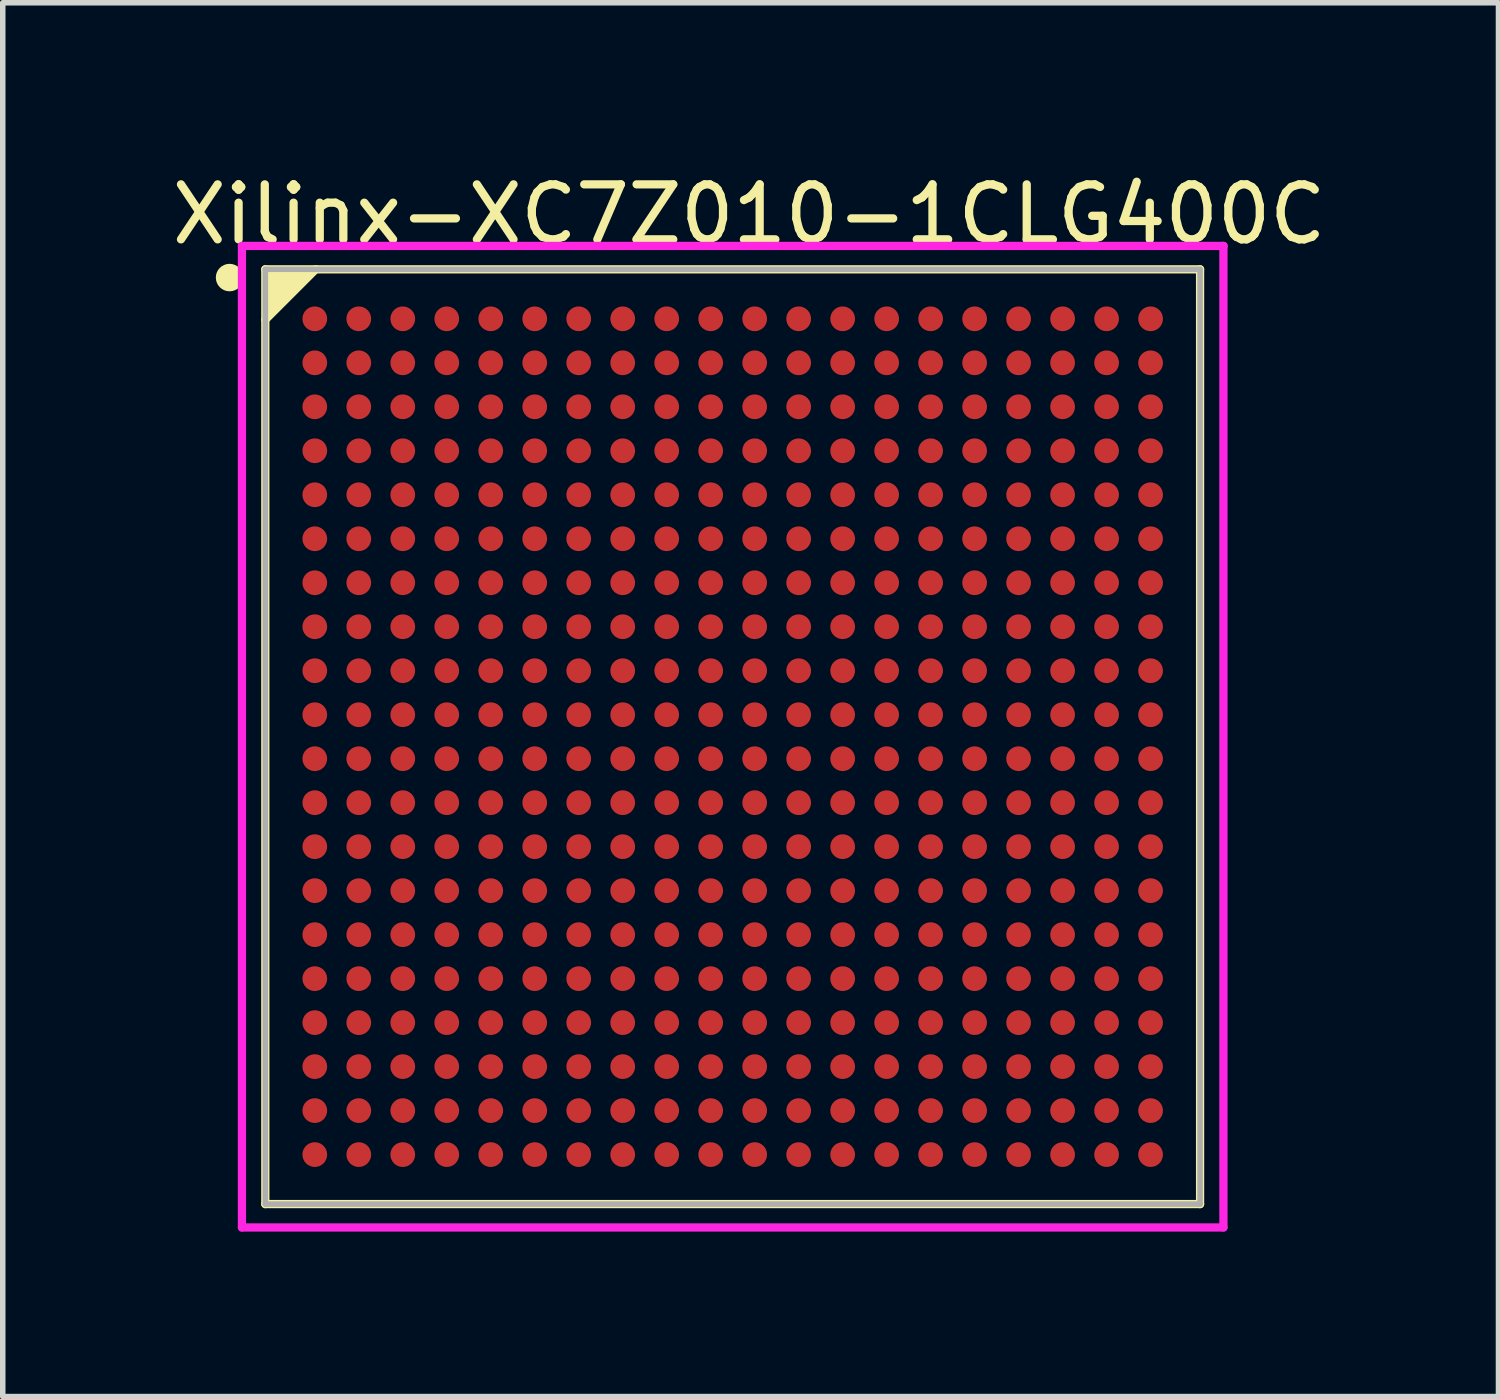
<source format=kicad_pcb>
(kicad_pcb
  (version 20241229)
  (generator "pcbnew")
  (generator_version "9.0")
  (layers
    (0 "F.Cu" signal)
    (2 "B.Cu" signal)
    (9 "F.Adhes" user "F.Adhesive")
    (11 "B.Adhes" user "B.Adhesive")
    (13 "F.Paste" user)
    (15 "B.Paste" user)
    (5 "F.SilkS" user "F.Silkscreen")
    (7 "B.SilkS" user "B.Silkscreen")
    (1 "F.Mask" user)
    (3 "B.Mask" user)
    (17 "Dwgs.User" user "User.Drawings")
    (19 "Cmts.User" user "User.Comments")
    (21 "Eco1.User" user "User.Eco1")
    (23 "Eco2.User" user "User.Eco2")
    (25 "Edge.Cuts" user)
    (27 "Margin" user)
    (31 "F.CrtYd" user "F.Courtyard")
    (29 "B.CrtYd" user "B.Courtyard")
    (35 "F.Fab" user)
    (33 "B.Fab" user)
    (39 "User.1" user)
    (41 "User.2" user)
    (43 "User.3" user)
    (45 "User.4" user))
  (footprint "Xilinx-XC7Z010-1CLG400C"
    (layer "F.Cu")
    (at 10.275 10.348)
    (property "Reference" "Xilinx-XC7Z010-1CLG400C" (at -10.275 -9.5 0) (layer "F.SilkS") (effects (font (size 1 1) (thickness 0.15)) (justify left)))
    (attr through_hole)
    (fp_line (start -8.5 -8.5) (end 8.5 -8.5) (stroke (width 0.15) (type solid)) (layer "F.SilkS"))
    (fp_line (start -8.5 -7.584) (end -7.584 -8.5) (stroke (width 0.15) (type solid)) (layer "F.SilkS"))
    (fp_line (start -8.5 8.5) (end -8.5 -8.5) (stroke (width 0.15) (type solid)) (layer "F.SilkS"))
    (fp_line (start -8.5 8.5) (end 8.5 8.5) (stroke (width 0.15) (type solid)) (layer "F.SilkS"))
    (fp_line (start 8.5 8.5) (end 8.5 -8.5) (stroke (width 0.15) (type solid)) (layer "F.SilkS"))
    (fp_circle (center -9.15 -8.35) (end -9.025 -8.35) (stroke (width 0.25) (type solid)) (fill no) (layer "F.SilkS"))
    (fp_poly (pts (xy -7.584 -8.5) (xy -8.5 -7.584) (xy -8.5 -8.5)) (stroke (width 0) (type solid)) (fill yes) (layer "F.SilkS"))
    (fp_line (start -8.925 -8.925) (end -8.925 8.925) (stroke (width 0.15) (type solid)) (layer "F.CrtYd"))
    (fp_line (start -8.925 8.925) (end 8.925 8.925) (stroke (width 0.15) (type solid)) (layer "F.CrtYd"))
    (fp_line (start 8.925 -8.925) (end -8.925 -8.925) (stroke (width 0.15) (type solid)) (layer "F.CrtYd"))
    (fp_line (start 8.925 -8.925) (end 8.925 -8.925) (stroke (width 0.15) (type solid)) (layer "F.CrtYd"))
    (fp_line (start 8.925 8.925) (end 8.925 -8.925) (stroke (width 0.15) (type solid)) (layer "F.CrtYd"))
    (fp_line (start -8.5 -8.5) (end 8.5 -8.5) (stroke (width 0.1) (type solid)) (layer "F.Fab"))
    (fp_line (start -8.5 8.5) (end -8.5 -8.5) (stroke (width 0.1) (type solid)) (layer "F.Fab"))
    (fp_line (start -8.5 8.5) (end 8.5 8.5) (stroke (width 0.1) (type solid)) (layer "F.Fab"))
    (fp_line (start 8.5 8.5) (end 8.5 -8.5) (stroke (width 0.1) (type solid)) (layer "F.Fab"))
    (pad "A1" smd circle (at -7.6 -7.6) (size 0.45 0.45) (layers "F.Cu" "F.Mask" "F.Paste"))
    (pad "A2" smd circle (at -6.8 -7.6) (size 0.45 0.45) (layers "F.Cu" "F.Mask" "F.Paste"))
    (pad "A3" smd circle (at -6 -7.6) (size 0.45 0.45) (layers "F.Cu" "F.Mask" "F.Paste"))
    (pad "A4" smd circle (at -5.2 -7.6) (size 0.45 0.45) (layers "F.Cu" "F.Mask" "F.Paste"))
    (pad "A5" smd circle (at -4.4 -7.6) (size 0.45 0.45) (layers "F.Cu" "F.Mask" "F.Paste"))
    (pad "A6" smd circle (at -3.6 -7.6) (size 0.45 0.45) (layers "F.Cu" "F.Mask" "F.Paste"))
    (pad "A7" smd circle (at -2.8 -7.6) (size 0.45 0.45) (layers "F.Cu" "F.Mask" "F.Paste"))
    (pad "A8" smd circle (at -2 -7.6) (size 0.45 0.45) (layers "F.Cu" "F.Mask" "F.Paste"))
    (pad "A9" smd circle (at -1.2 -7.6) (size 0.45 0.45) (layers "F.Cu" "F.Mask" "F.Paste"))
    (pad "A10" smd circle (at -0.4 -7.6) (size 0.45 0.45) (layers "F.Cu" "F.Mask" "F.Paste"))
    (pad "A11" smd circle (at 0.4 -7.6) (size 0.45 0.45) (layers "F.Cu" "F.Mask" "F.Paste"))
    (pad "A12" smd circle (at 1.2 -7.6) (size 0.45 0.45) (layers "F.Cu" "F.Mask" "F.Paste"))
    (pad "A13" smd circle (at 2 -7.6) (size 0.45 0.45) (layers "F.Cu" "F.Mask" "F.Paste"))
    (pad "A14" smd circle (at 2.8 -7.6) (size 0.45 0.45) (layers "F.Cu" "F.Mask" "F.Paste"))
    (pad "A15" smd circle (at 3.6 -7.6) (size 0.45 0.45) (layers "F.Cu" "F.Mask" "F.Paste"))
    (pad "A16" smd circle (at 4.4 -7.6) (size 0.45 0.45) (layers "F.Cu" "F.Mask" "F.Paste"))
    (pad "A17" smd circle (at 5.2 -7.6) (size 0.45 0.45) (layers "F.Cu" "F.Mask" "F.Paste"))
    (pad "A18" smd circle (at 6 -7.6) (size 0.45 0.45) (layers "F.Cu" "F.Mask" "F.Paste"))
    (pad "A19" smd circle (at 6.8 -7.6) (size 0.45 0.45) (layers "F.Cu" "F.Mask" "F.Paste"))
    (pad "A20" smd circle (at 7.6 -7.6) (size 0.45 0.45) (layers "F.Cu" "F.Mask" "F.Paste"))
    (pad "B1" smd circle (at -7.6 -6.8) (size 0.45 0.45) (layers "F.Cu" "F.Mask" "F.Paste"))
    (pad "B2" smd circle (at -6.8 -6.8) (size 0.45 0.45) (layers "F.Cu" "F.Mask" "F.Paste"))
    (pad "B3" smd circle (at -6 -6.8) (size 0.45 0.45) (layers "F.Cu" "F.Mask" "F.Paste"))
    (pad "B4" smd circle (at -5.2 -6.8) (size 0.45 0.45) (layers "F.Cu" "F.Mask" "F.Paste"))
    (pad "B5" smd circle (at -4.4 -6.8) (size 0.45 0.45) (layers "F.Cu" "F.Mask" "F.Paste"))
    (pad "B6" smd circle (at -3.6 -6.8) (size 0.45 0.45) (layers "F.Cu" "F.Mask" "F.Paste"))
    (pad "B7" smd circle (at -2.8 -6.8) (size 0.45 0.45) (layers "F.Cu" "F.Mask" "F.Paste"))
    (pad "B8" smd circle (at -2 -6.8) (size 0.45 0.45) (layers "F.Cu" "F.Mask" "F.Paste"))
    (pad "B9" smd circle (at -1.2 -6.8) (size 0.45 0.45) (layers "F.Cu" "F.Mask" "F.Paste"))
    (pad "B10" smd circle (at -0.4 -6.8) (size 0.45 0.45) (layers "F.Cu" "F.Mask" "F.Paste"))
    (pad "B11" smd circle (at 0.4 -6.8) (size 0.45 0.45) (layers "F.Cu" "F.Mask" "F.Paste"))
    (pad "B12" smd circle (at 1.2 -6.8) (size 0.45 0.45) (layers "F.Cu" "F.Mask" "F.Paste"))
    (pad "B13" smd circle (at 2 -6.8) (size 0.45 0.45) (layers "F.Cu" "F.Mask" "F.Paste"))
    (pad "B14" smd circle (at 2.8 -6.8) (size 0.45 0.45) (layers "F.Cu" "F.Mask" "F.Paste"))
    (pad "B15" smd circle (at 3.6 -6.8) (size 0.45 0.45) (layers "F.Cu" "F.Mask" "F.Paste"))
    (pad "B16" smd circle (at 4.4 -6.8) (size 0.45 0.45) (layers "F.Cu" "F.Mask" "F.Paste"))
    (pad "B17" smd circle (at 5.2 -6.8) (size 0.45 0.45) (layers "F.Cu" "F.Mask" "F.Paste"))
    (pad "B18" smd circle (at 6 -6.8) (size 0.45 0.45) (layers "F.Cu" "F.Mask" "F.Paste"))
    (pad "B19" smd circle (at 6.8 -6.8) (size 0.45 0.45) (layers "F.Cu" "F.Mask" "F.Paste"))
    (pad "B20" smd circle (at 7.6 -6.8) (size 0.45 0.45) (layers "F.Cu" "F.Mask" "F.Paste"))
    (pad "C1" smd circle (at -7.6 -6) (size 0.45 0.45) (layers "F.Cu" "F.Mask" "F.Paste"))
    (pad "C2" smd circle (at -6.8 -6) (size 0.45 0.45) (layers "F.Cu" "F.Mask" "F.Paste"))
    (pad "C3" smd circle (at -6 -6) (size 0.45 0.45) (layers "F.Cu" "F.Mask" "F.Paste"))
    (pad "C4" smd circle (at -5.2 -6) (size 0.45 0.45) (layers "F.Cu" "F.Mask" "F.Paste"))
    (pad "C5" smd circle (at -4.4 -6) (size 0.45 0.45) (layers "F.Cu" "F.Mask" "F.Paste"))
    (pad "C6" smd circle (at -3.6 -6) (size 0.45 0.45) (layers "F.Cu" "F.Mask" "F.Paste"))
    (pad "C7" smd circle (at -2.8 -6) (size 0.45 0.45) (layers "F.Cu" "F.Mask" "F.Paste"))
    (pad "C8" smd circle (at -2 -6) (size 0.45 0.45) (layers "F.Cu" "F.Mask" "F.Paste"))
    (pad "C9" smd circle (at -1.2 -6) (size 0.45 0.45) (layers "F.Cu" "F.Mask" "F.Paste"))
    (pad "C10" smd circle (at -0.4 -6) (size 0.45 0.45) (layers "F.Cu" "F.Mask" "F.Paste"))
    (pad "C11" smd circle (at 0.4 -6) (size 0.45 0.45) (layers "F.Cu" "F.Mask" "F.Paste"))
    (pad "C12" smd circle (at 1.2 -6) (size 0.45 0.45) (layers "F.Cu" "F.Mask" "F.Paste"))
    (pad "C13" smd circle (at 2 -6) (size 0.45 0.45) (layers "F.Cu" "F.Mask" "F.Paste"))
    (pad "C14" smd circle (at 2.8 -6) (size 0.45 0.45) (layers "F.Cu" "F.Mask" "F.Paste"))
    (pad "C15" smd circle (at 3.6 -6) (size 0.45 0.45) (layers "F.Cu" "F.Mask" "F.Paste"))
    (pad "C16" smd circle (at 4.4 -6) (size 0.45 0.45) (layers "F.Cu" "F.Mask" "F.Paste"))
    (pad "C17" smd circle (at 5.2 -6) (size 0.45 0.45) (layers "F.Cu" "F.Mask" "F.Paste"))
    (pad "C18" smd circle (at 6 -6) (size 0.45 0.45) (layers "F.Cu" "F.Mask" "F.Paste"))
    (pad "C19" smd circle (at 6.8 -6) (size 0.45 0.45) (layers "F.Cu" "F.Mask" "F.Paste"))
    (pad "C20" smd circle (at 7.6 -6) (size 0.45 0.45) (layers "F.Cu" "F.Mask" "F.Paste"))
    (pad "D1" smd circle (at -7.6 -5.2) (size 0.45 0.45) (layers "F.Cu" "F.Mask" "F.Paste"))
    (pad "D2" smd circle (at -6.8 -5.2) (size 0.45 0.45) (layers "F.Cu" "F.Mask" "F.Paste"))
    (pad "D3" smd circle (at -6 -5.2) (size 0.45 0.45) (layers "F.Cu" "F.Mask" "F.Paste"))
    (pad "D4" smd circle (at -5.2 -5.2) (size 0.45 0.45) (layers "F.Cu" "F.Mask" "F.Paste"))
    (pad "D5" smd circle (at -4.4 -5.2) (size 0.45 0.45) (layers "F.Cu" "F.Mask" "F.Paste"))
    (pad "D6" smd circle (at -3.6 -5.2) (size 0.45 0.45) (layers "F.Cu" "F.Mask" "F.Paste"))
    (pad "D7" smd circle (at -2.8 -5.2) (size 0.45 0.45) (layers "F.Cu" "F.Mask" "F.Paste"))
    (pad "D8" smd circle (at -2 -5.2) (size 0.45 0.45) (layers "F.Cu" "F.Mask" "F.Paste"))
    (pad "D9" smd circle (at -1.2 -5.2) (size 0.45 0.45) (layers "F.Cu" "F.Mask" "F.Paste"))
    (pad "D10" smd circle (at -0.4 -5.2) (size 0.45 0.45) (layers "F.Cu" "F.Mask" "F.Paste"))
    (pad "D11" smd circle (at 0.4 -5.2) (size 0.45 0.45) (layers "F.Cu" "F.Mask" "F.Paste"))
    (pad "D12" smd circle (at 1.2 -5.2) (size 0.45 0.45) (layers "F.Cu" "F.Mask" "F.Paste"))
    (pad "D13" smd circle (at 2 -5.2) (size 0.45 0.45) (layers "F.Cu" "F.Mask" "F.Paste"))
    (pad "D14" smd circle (at 2.8 -5.2) (size 0.45 0.45) (layers "F.Cu" "F.Mask" "F.Paste"))
    (pad "D15" smd circle (at 3.6 -5.2) (size 0.45 0.45) (layers "F.Cu" "F.Mask" "F.Paste"))
    (pad "D16" smd circle (at 4.4 -5.2) (size 0.45 0.45) (layers "F.Cu" "F.Mask" "F.Paste"))
    (pad "D17" smd circle (at 5.2 -5.2) (size 0.45 0.45) (layers "F.Cu" "F.Mask" "F.Paste"))
    (pad "D18" smd circle (at 6 -5.2) (size 0.45 0.45) (layers "F.Cu" "F.Mask" "F.Paste"))
    (pad "D19" smd circle (at 6.8 -5.2) (size 0.45 0.45) (layers "F.Cu" "F.Mask" "F.Paste"))
    (pad "D20" smd circle (at 7.6 -5.2) (size 0.45 0.45) (layers "F.Cu" "F.Mask" "F.Paste"))
    (pad "E1" smd circle (at -7.6 -4.4) (size 0.45 0.45) (layers "F.Cu" "F.Mask" "F.Paste"))
    (pad "E2" smd circle (at -6.8 -4.4) (size 0.45 0.45) (layers "F.Cu" "F.Mask" "F.Paste"))
    (pad "E3" smd circle (at -6 -4.4) (size 0.45 0.45) (layers "F.Cu" "F.Mask" "F.Paste"))
    (pad "E4" smd circle (at -5.2 -4.4) (size 0.45 0.45) (layers "F.Cu" "F.Mask" "F.Paste"))
    (pad "E5" smd circle (at -4.4 -4.4) (size 0.45 0.45) (layers "F.Cu" "F.Mask" "F.Paste"))
    (pad "E6" smd circle (at -3.6 -4.4) (size 0.45 0.45) (layers "F.Cu" "F.Mask" "F.Paste"))
    (pad "E7" smd circle (at -2.8 -4.4) (size 0.45 0.45) (layers "F.Cu" "F.Mask" "F.Paste"))
    (pad "E8" smd circle (at -2 -4.4) (size 0.45 0.45) (layers "F.Cu" "F.Mask" "F.Paste"))
    (pad "E9" smd circle (at -1.2 -4.4) (size 0.45 0.45) (layers "F.Cu" "F.Mask" "F.Paste"))
    (pad "E10" smd circle (at -0.4 -4.4) (size 0.45 0.45) (layers "F.Cu" "F.Mask" "F.Paste"))
    (pad "E11" smd circle (at 0.4 -4.4) (size 0.45 0.45) (layers "F.Cu" "F.Mask" "F.Paste"))
    (pad "E12" smd circle (at 1.2 -4.4) (size 0.45 0.45) (layers "F.Cu" "F.Mask" "F.Paste"))
    (pad "E13" smd circle (at 2 -4.4) (size 0.45 0.45) (layers "F.Cu" "F.Mask" "F.Paste"))
    (pad "E14" smd circle (at 2.8 -4.4) (size 0.45 0.45) (layers "F.Cu" "F.Mask" "F.Paste"))
    (pad "E15" smd circle (at 3.6 -4.4) (size 0.45 0.45) (layers "F.Cu" "F.Mask" "F.Paste"))
    (pad "E16" smd circle (at 4.4 -4.4) (size 0.45 0.45) (layers "F.Cu" "F.Mask" "F.Paste"))
    (pad "E17" smd circle (at 5.2 -4.4) (size 0.45 0.45) (layers "F.Cu" "F.Mask" "F.Paste"))
    (pad "E18" smd circle (at 6 -4.4) (size 0.45 0.45) (layers "F.Cu" "F.Mask" "F.Paste"))
    (pad "E19" smd circle (at 6.8 -4.4) (size 0.45 0.45) (layers "F.Cu" "F.Mask" "F.Paste"))
    (pad "E20" smd circle (at 7.6 -4.4) (size 0.45 0.45) (layers "F.Cu" "F.Mask" "F.Paste"))
    (pad "F1" smd circle (at -7.6 -3.6) (size 0.45 0.45) (layers "F.Cu" "F.Mask" "F.Paste"))
    (pad "F2" smd circle (at -6.8 -3.6) (size 0.45 0.45) (layers "F.Cu" "F.Mask" "F.Paste"))
    (pad "F3" smd circle (at -6 -3.6) (size 0.45 0.45) (layers "F.Cu" "F.Mask" "F.Paste"))
    (pad "F4" smd circle (at -5.2 -3.6) (size 0.45 0.45) (layers "F.Cu" "F.Mask" "F.Paste"))
    (pad "F5" smd circle (at -4.4 -3.6) (size 0.45 0.45) (layers "F.Cu" "F.Mask" "F.Paste"))
    (pad "F6" smd circle (at -3.6 -3.6) (size 0.45 0.45) (layers "F.Cu" "F.Mask" "F.Paste"))
    (pad "F7" smd circle (at -2.8 -3.6) (size 0.45 0.45) (layers "F.Cu" "F.Mask" "F.Paste"))
    (pad "F8" smd circle (at -2 -3.6) (size 0.45 0.45) (layers "F.Cu" "F.Mask" "F.Paste"))
    (pad "F9" smd circle (at -1.2 -3.6) (size 0.45 0.45) (layers "F.Cu" "F.Mask" "F.Paste"))
    (pad "F10" smd circle (at -0.4 -3.6) (size 0.45 0.45) (layers "F.Cu" "F.Mask" "F.Paste"))
    (pad "F11" smd circle (at 0.4 -3.6) (size 0.45 0.45) (layers "F.Cu" "F.Mask" "F.Paste"))
    (pad "F12" smd circle (at 1.2 -3.6) (size 0.45 0.45) (layers "F.Cu" "F.Mask" "F.Paste"))
    (pad "F13" smd circle (at 2 -3.6) (size 0.45 0.45) (layers "F.Cu" "F.Mask" "F.Paste"))
    (pad "F14" smd circle (at 2.8 -3.6) (size 0.45 0.45) (layers "F.Cu" "F.Mask" "F.Paste"))
    (pad "F15" smd circle (at 3.6 -3.6) (size 0.45 0.45) (layers "F.Cu" "F.Mask" "F.Paste"))
    (pad "F16" smd circle (at 4.4 -3.6) (size 0.45 0.45) (layers "F.Cu" "F.Mask" "F.Paste"))
    (pad "F17" smd circle (at 5.2 -3.6) (size 0.45 0.45) (layers "F.Cu" "F.Mask" "F.Paste"))
    (pad "F18" smd circle (at 6 -3.6) (size 0.45 0.45) (layers "F.Cu" "F.Mask" "F.Paste"))
    (pad "F19" smd circle (at 6.8 -3.6) (size 0.45 0.45) (layers "F.Cu" "F.Mask" "F.Paste"))
    (pad "F20" smd circle (at 7.6 -3.6) (size 0.45 0.45) (layers "F.Cu" "F.Mask" "F.Paste"))
    (pad "G1" smd circle (at -7.6 -2.8) (size 0.45 0.45) (layers "F.Cu" "F.Mask" "F.Paste"))
    (pad "G2" smd circle (at -6.8 -2.8) (size 0.45 0.45) (layers "F.Cu" "F.Mask" "F.Paste"))
    (pad "G3" smd circle (at -6 -2.8) (size 0.45 0.45) (layers "F.Cu" "F.Mask" "F.Paste"))
    (pad "G4" smd circle (at -5.2 -2.8) (size 0.45 0.45) (layers "F.Cu" "F.Mask" "F.Paste"))
    (pad "G5" smd circle (at -4.4 -2.8) (size 0.45 0.45) (layers "F.Cu" "F.Mask" "F.Paste"))
    (pad "G6" smd circle (at -3.6 -2.8) (size 0.45 0.45) (layers "F.Cu" "F.Mask" "F.Paste"))
    (pad "G7" smd circle (at -2.8 -2.8) (size 0.45 0.45) (layers "F.Cu" "F.Mask" "F.Paste"))
    (pad "G8" smd circle (at -2 -2.8) (size 0.45 0.45) (layers "F.Cu" "F.Mask" "F.Paste"))
    (pad "G9" smd circle (at -1.2 -2.8) (size 0.45 0.45) (layers "F.Cu" "F.Mask" "F.Paste"))
    (pad "G10" smd circle (at -0.4 -2.8) (size 0.45 0.45) (layers "F.Cu" "F.Mask" "F.Paste"))
    (pad "G11" smd circle (at 0.4 -2.8) (size 0.45 0.45) (layers "F.Cu" "F.Mask" "F.Paste"))
    (pad "G12" smd circle (at 1.2 -2.8) (size 0.45 0.45) (layers "F.Cu" "F.Mask" "F.Paste"))
    (pad "G13" smd circle (at 2 -2.8) (size 0.45 0.45) (layers "F.Cu" "F.Mask" "F.Paste"))
    (pad "G14" smd circle (at 2.8 -2.8) (size 0.45 0.45) (layers "F.Cu" "F.Mask" "F.Paste"))
    (pad "G15" smd circle (at 3.6 -2.8) (size 0.45 0.45) (layers "F.Cu" "F.Mask" "F.Paste"))
    (pad "G16" smd circle (at 4.4 -2.8) (size 0.45 0.45) (layers "F.Cu" "F.Mask" "F.Paste"))
    (pad "G17" smd circle (at 5.2 -2.8) (size 0.45 0.45) (layers "F.Cu" "F.Mask" "F.Paste"))
    (pad "G18" smd circle (at 6 -2.8) (size 0.45 0.45) (layers "F.Cu" "F.Mask" "F.Paste"))
    (pad "G19" smd circle (at 6.8 -2.8) (size 0.45 0.45) (layers "F.Cu" "F.Mask" "F.Paste"))
    (pad "G20" smd circle (at 7.6 -2.8) (size 0.45 0.45) (layers "F.Cu" "F.Mask" "F.Paste"))
    (pad "H1" smd circle (at -7.6 -2) (size 0.45 0.45) (layers "F.Cu" "F.Mask" "F.Paste"))
    (pad "H2" smd circle (at -6.8 -2) (size 0.45 0.45) (layers "F.Cu" "F.Mask" "F.Paste"))
    (pad "H3" smd circle (at -6 -2) (size 0.45 0.45) (layers "F.Cu" "F.Mask" "F.Paste"))
    (pad "H4" smd circle (at -5.2 -2) (size 0.45 0.45) (layers "F.Cu" "F.Mask" "F.Paste"))
    (pad "H5" smd circle (at -4.4 -2) (size 0.45 0.45) (layers "F.Cu" "F.Mask" "F.Paste"))
    (pad "H6" smd circle (at -3.6 -2) (size 0.45 0.45) (layers "F.Cu" "F.Mask" "F.Paste"))
    (pad "H7" smd circle (at -2.8 -2) (size 0.45 0.45) (layers "F.Cu" "F.Mask" "F.Paste"))
    (pad "H8" smd circle (at -2 -2) (size 0.45 0.45) (layers "F.Cu" "F.Mask" "F.Paste"))
    (pad "H9" smd circle (at -1.2 -2) (size 0.45 0.45) (layers "F.Cu" "F.Mask" "F.Paste"))
    (pad "H10" smd circle (at -0.4 -2) (size 0.45 0.45) (layers "F.Cu" "F.Mask" "F.Paste"))
    (pad "H11" smd circle (at 0.4 -2) (size 0.45 0.45) (layers "F.Cu" "F.Mask" "F.Paste"))
    (pad "H12" smd circle (at 1.2 -2) (size 0.45 0.45) (layers "F.Cu" "F.Mask" "F.Paste"))
    (pad "H13" smd circle (at 2 -2) (size 0.45 0.45) (layers "F.Cu" "F.Mask" "F.Paste"))
    (pad "H14" smd circle (at 2.8 -2) (size 0.45 0.45) (layers "F.Cu" "F.Mask" "F.Paste"))
    (pad "H15" smd circle (at 3.6 -2) (size 0.45 0.45) (layers "F.Cu" "F.Mask" "F.Paste"))
    (pad "H16" smd circle (at 4.4 -2) (size 0.45 0.45) (layers "F.Cu" "F.Mask" "F.Paste"))
    (pad "H17" smd circle (at 5.2 -2) (size 0.45 0.45) (layers "F.Cu" "F.Mask" "F.Paste"))
    (pad "H18" smd circle (at 6 -2) (size 0.45 0.45) (layers "F.Cu" "F.Mask" "F.Paste"))
    (pad "H19" smd circle (at 6.8 -2) (size 0.45 0.45) (layers "F.Cu" "F.Mask" "F.Paste"))
    (pad "H20" smd circle (at 7.6 -2) (size 0.45 0.45) (layers "F.Cu" "F.Mask" "F.Paste"))
    (pad "J1" smd circle (at -7.6 -1.2) (size 0.45 0.45) (layers "F.Cu" "F.Mask" "F.Paste"))
    (pad "J2" smd circle (at -6.8 -1.2) (size 0.45 0.45) (layers "F.Cu" "F.Mask" "F.Paste"))
    (pad "J3" smd circle (at -6 -1.2) (size 0.45 0.45) (layers "F.Cu" "F.Mask" "F.Paste"))
    (pad "J4" smd circle (at -5.2 -1.2) (size 0.45 0.45) (layers "F.Cu" "F.Mask" "F.Paste"))
    (pad "J5" smd circle (at -4.4 -1.2) (size 0.45 0.45) (layers "F.Cu" "F.Mask" "F.Paste"))
    (pad "J6" smd circle (at -3.6 -1.2) (size 0.45 0.45) (layers "F.Cu" "F.Mask" "F.Paste"))
    (pad "J7" smd circle (at -2.8 -1.2) (size 0.45 0.45) (layers "F.Cu" "F.Mask" "F.Paste"))
    (pad "J8" smd circle (at -2 -1.2) (size 0.45 0.45) (layers "F.Cu" "F.Mask" "F.Paste"))
    (pad "J9" smd circle (at -1.2 -1.2) (size 0.45 0.45) (layers "F.Cu" "F.Mask" "F.Paste"))
    (pad "J10" smd circle (at -0.4 -1.2) (size 0.45 0.45) (layers "F.Cu" "F.Mask" "F.Paste"))
    (pad "J11" smd circle (at 0.4 -1.2) (size 0.45 0.45) (layers "F.Cu" "F.Mask" "F.Paste"))
    (pad "J12" smd circle (at 1.2 -1.2) (size 0.45 0.45) (layers "F.Cu" "F.Mask" "F.Paste"))
    (pad "J13" smd circle (at 2 -1.2) (size 0.45 0.45) (layers "F.Cu" "F.Mask" "F.Paste"))
    (pad "J14" smd circle (at 2.8 -1.2) (size 0.45 0.45) (layers "F.Cu" "F.Mask" "F.Paste"))
    (pad "J15" smd circle (at 3.6 -1.2) (size 0.45 0.45) (layers "F.Cu" "F.Mask" "F.Paste"))
    (pad "J16" smd circle (at 4.4 -1.2) (size 0.45 0.45) (layers "F.Cu" "F.Mask" "F.Paste"))
    (pad "J17" smd circle (at 5.2 -1.2) (size 0.45 0.45) (layers "F.Cu" "F.Mask" "F.Paste"))
    (pad "J18" smd circle (at 6 -1.2) (size 0.45 0.45) (layers "F.Cu" "F.Mask" "F.Paste"))
    (pad "J19" smd circle (at 6.8 -1.2) (size 0.45 0.45) (layers "F.Cu" "F.Mask" "F.Paste"))
    (pad "J20" smd circle (at 7.6 -1.2) (size 0.45 0.45) (layers "F.Cu" "F.Mask" "F.Paste"))
    (pad "K1" smd circle (at -7.6 -0.4) (size 0.45 0.45) (layers "F.Cu" "F.Mask" "F.Paste"))
    (pad "K2" smd circle (at -6.8 -0.4) (size 0.45 0.45) (layers "F.Cu" "F.Mask" "F.Paste"))
    (pad "K3" smd circle (at -6 -0.4) (size 0.45 0.45) (layers "F.Cu" "F.Mask" "F.Paste"))
    (pad "K4" smd circle (at -5.2 -0.4) (size 0.45 0.45) (layers "F.Cu" "F.Mask" "F.Paste"))
    (pad "K5" smd circle (at -4.4 -0.4) (size 0.45 0.45) (layers "F.Cu" "F.Mask" "F.Paste"))
    (pad "K6" smd circle (at -3.6 -0.4) (size 0.45 0.45) (layers "F.Cu" "F.Mask" "F.Paste"))
    (pad "K7" smd circle (at -2.8 -0.4) (size 0.45 0.45) (layers "F.Cu" "F.Mask" "F.Paste"))
    (pad "K8" smd circle (at -2 -0.4) (size 0.45 0.45) (layers "F.Cu" "F.Mask" "F.Paste"))
    (pad "K9" smd circle (at -1.2 -0.4) (size 0.45 0.45) (layers "F.Cu" "F.Mask" "F.Paste"))
    (pad "K10" smd circle (at -0.4 -0.4) (size 0.45 0.45) (layers "F.Cu" "F.Mask" "F.Paste"))
    (pad "K11" smd circle (at 0.4 -0.4) (size 0.45 0.45) (layers "F.Cu" "F.Mask" "F.Paste"))
    (pad "K12" smd circle (at 1.2 -0.4) (size 0.45 0.45) (layers "F.Cu" "F.Mask" "F.Paste"))
    (pad "K13" smd circle (at 2 -0.4) (size 0.45 0.45) (layers "F.Cu" "F.Mask" "F.Paste"))
    (pad "K14" smd circle (at 2.8 -0.4) (size 0.45 0.45) (layers "F.Cu" "F.Mask" "F.Paste"))
    (pad "K15" smd circle (at 3.6 -0.4) (size 0.45 0.45) (layers "F.Cu" "F.Mask" "F.Paste"))
    (pad "K16" smd circle (at 4.4 -0.4) (size 0.45 0.45) (layers "F.Cu" "F.Mask" "F.Paste"))
    (pad "K17" smd circle (at 5.2 -0.4) (size 0.45 0.45) (layers "F.Cu" "F.Mask" "F.Paste"))
    (pad "K18" smd circle (at 6 -0.4) (size 0.45 0.45) (layers "F.Cu" "F.Mask" "F.Paste"))
    (pad "K19" smd circle (at 6.8 -0.4) (size 0.45 0.45) (layers "F.Cu" "F.Mask" "F.Paste"))
    (pad "K20" smd circle (at 7.6 -0.4) (size 0.45 0.45) (layers "F.Cu" "F.Mask" "F.Paste"))
    (pad "L1" smd circle (at -7.6 0.4) (size 0.45 0.45) (layers "F.Cu" "F.Mask" "F.Paste"))
    (pad "L2" smd circle (at -6.8 0.4) (size 0.45 0.45) (layers "F.Cu" "F.Mask" "F.Paste"))
    (pad "L3" smd circle (at -6 0.4) (size 0.45 0.45) (layers "F.Cu" "F.Mask" "F.Paste"))
    (pad "L4" smd circle (at -5.2 0.4) (size 0.45 0.45) (layers "F.Cu" "F.Mask" "F.Paste"))
    (pad "L5" smd circle (at -4.4 0.4) (size 0.45 0.45) (layers "F.Cu" "F.Mask" "F.Paste"))
    (pad "L6" smd circle (at -3.6 0.4) (size 0.45 0.45) (layers "F.Cu" "F.Mask" "F.Paste"))
    (pad "L7" smd circle (at -2.8 0.4) (size 0.45 0.45) (layers "F.Cu" "F.Mask" "F.Paste"))
    (pad "L8" smd circle (at -2 0.4) (size 0.45 0.45) (layers "F.Cu" "F.Mask" "F.Paste"))
    (pad "L9" smd circle (at -1.2 0.4) (size 0.45 0.45) (layers "F.Cu" "F.Mask" "F.Paste"))
    (pad "L10" smd circle (at -0.4 0.4) (size 0.45 0.45) (layers "F.Cu" "F.Mask" "F.Paste"))
    (pad "L11" smd circle (at 0.4 0.4) (size 0.45 0.45) (layers "F.Cu" "F.Mask" "F.Paste"))
    (pad "L12" smd circle (at 1.2 0.4) (size 0.45 0.45) (layers "F.Cu" "F.Mask" "F.Paste"))
    (pad "L13" smd circle (at 2 0.4) (size 0.45 0.45) (layers "F.Cu" "F.Mask" "F.Paste"))
    (pad "L14" smd circle (at 2.8 0.4) (size 0.45 0.45) (layers "F.Cu" "F.Mask" "F.Paste"))
    (pad "L15" smd circle (at 3.6 0.4) (size 0.45 0.45) (layers "F.Cu" "F.Mask" "F.Paste"))
    (pad "L16" smd circle (at 4.4 0.4) (size 0.45 0.45) (layers "F.Cu" "F.Mask" "F.Paste"))
    (pad "L17" smd circle (at 5.2 0.4) (size 0.45 0.45) (layers "F.Cu" "F.Mask" "F.Paste"))
    (pad "L18" smd circle (at 6 0.4) (size 0.45 0.45) (layers "F.Cu" "F.Mask" "F.Paste"))
    (pad "L19" smd circle (at 6.8 0.4) (size 0.45 0.45) (layers "F.Cu" "F.Mask" "F.Paste"))
    (pad "L20" smd circle (at 7.6 0.4) (size 0.45 0.45) (layers "F.Cu" "F.Mask" "F.Paste"))
    (pad "M1" smd circle (at -7.6 1.2) (size 0.45 0.45) (layers "F.Cu" "F.Mask" "F.Paste"))
    (pad "M2" smd circle (at -6.8 1.2) (size 0.45 0.45) (layers "F.Cu" "F.Mask" "F.Paste"))
    (pad "M3" smd circle (at -6 1.2) (size 0.45 0.45) (layers "F.Cu" "F.Mask" "F.Paste"))
    (pad "M4" smd circle (at -5.2 1.2) (size 0.45 0.45) (layers "F.Cu" "F.Mask" "F.Paste"))
    (pad "M5" smd circle (at -4.4 1.2) (size 0.45 0.45) (layers "F.Cu" "F.Mask" "F.Paste"))
    (pad "M6" smd circle (at -3.6 1.2) (size 0.45 0.45) (layers "F.Cu" "F.Mask" "F.Paste"))
    (pad "M7" smd circle (at -2.8 1.2) (size 0.45 0.45) (layers "F.Cu" "F.Mask" "F.Paste"))
    (pad "M8" smd circle (at -2 1.2) (size 0.45 0.45) (layers "F.Cu" "F.Mask" "F.Paste"))
    (pad "M9" smd circle (at -1.2 1.2) (size 0.45 0.45) (layers "F.Cu" "F.Mask" "F.Paste"))
    (pad "M10" smd circle (at -0.4 1.2) (size 0.45 0.45) (layers "F.Cu" "F.Mask" "F.Paste"))
    (pad "M11" smd circle (at 0.4 1.2) (size 0.45 0.45) (layers "F.Cu" "F.Mask" "F.Paste"))
    (pad "M12" smd circle (at 1.2 1.2) (size 0.45 0.45) (layers "F.Cu" "F.Mask" "F.Paste"))
    (pad "M13" smd circle (at 2 1.2) (size 0.45 0.45) (layers "F.Cu" "F.Mask" "F.Paste"))
    (pad "M14" smd circle (at 2.8 1.2) (size 0.45 0.45) (layers "F.Cu" "F.Mask" "F.Paste"))
    (pad "M15" smd circle (at 3.6 1.2) (size 0.45 0.45) (layers "F.Cu" "F.Mask" "F.Paste"))
    (pad "M16" smd circle (at 4.4 1.2) (size 0.45 0.45) (layers "F.Cu" "F.Mask" "F.Paste"))
    (pad "M17" smd circle (at 5.2 1.2) (size 0.45 0.45) (layers "F.Cu" "F.Mask" "F.Paste"))
    (pad "M18" smd circle (at 6 1.2) (size 0.45 0.45) (layers "F.Cu" "F.Mask" "F.Paste"))
    (pad "M19" smd circle (at 6.8 1.2) (size 0.45 0.45) (layers "F.Cu" "F.Mask" "F.Paste"))
    (pad "M20" smd circle (at 7.6 1.2) (size 0.45 0.45) (layers "F.Cu" "F.Mask" "F.Paste"))
    (pad "N1" smd circle (at -7.6 2) (size 0.45 0.45) (layers "F.Cu" "F.Mask" "F.Paste"))
    (pad "N2" smd circle (at -6.8 2) (size 0.45 0.45) (layers "F.Cu" "F.Mask" "F.Paste"))
    (pad "N3" smd circle (at -6 2) (size 0.45 0.45) (layers "F.Cu" "F.Mask" "F.Paste"))
    (pad "N4" smd circle (at -5.2 2) (size 0.45 0.45) (layers "F.Cu" "F.Mask" "F.Paste"))
    (pad "N5" smd circle (at -4.4 2) (size 0.45 0.45) (layers "F.Cu" "F.Mask" "F.Paste"))
    (pad "N6" smd circle (at -3.6 2) (size 0.45 0.45) (layers "F.Cu" "F.Mask" "F.Paste"))
    (pad "N7" smd circle (at -2.8 2) (size 0.45 0.45) (layers "F.Cu" "F.Mask" "F.Paste"))
    (pad "N8" smd circle (at -2 2) (size 0.45 0.45) (layers "F.Cu" "F.Mask" "F.Paste"))
    (pad "N9" smd circle (at -1.2 2) (size 0.45 0.45) (layers "F.Cu" "F.Mask" "F.Paste"))
    (pad "N10" smd circle (at -0.4 2) (size 0.45 0.45) (layers "F.Cu" "F.Mask" "F.Paste"))
    (pad "N11" smd circle (at 0.4 2) (size 0.45 0.45) (layers "F.Cu" "F.Mask" "F.Paste"))
    (pad "N12" smd circle (at 1.2 2) (size 0.45 0.45) (layers "F.Cu" "F.Mask" "F.Paste"))
    (pad "N13" smd circle (at 2 2) (size 0.45 0.45) (layers "F.Cu" "F.Mask" "F.Paste"))
    (pad "N14" smd circle (at 2.8 2) (size 0.45 0.45) (layers "F.Cu" "F.Mask" "F.Paste"))
    (pad "N15" smd circle (at 3.6 2) (size 0.45 0.45) (layers "F.Cu" "F.Mask" "F.Paste"))
    (pad "N16" smd circle (at 4.4 2) (size 0.45 0.45) (layers "F.Cu" "F.Mask" "F.Paste"))
    (pad "N17" smd circle (at 5.2 2) (size 0.45 0.45) (layers "F.Cu" "F.Mask" "F.Paste"))
    (pad "N18" smd circle (at 6 2) (size 0.45 0.45) (layers "F.Cu" "F.Mask" "F.Paste"))
    (pad "N19" smd circle (at 6.8 2) (size 0.45 0.45) (layers "F.Cu" "F.Mask" "F.Paste"))
    (pad "N20" smd circle (at 7.6 2) (size 0.45 0.45) (layers "F.Cu" "F.Mask" "F.Paste"))
    (pad "P1" smd circle (at -7.6 2.8) (size 0.45 0.45) (layers "F.Cu" "F.Mask" "F.Paste"))
    (pad "P2" smd circle (at -6.8 2.8) (size 0.45 0.45) (layers "F.Cu" "F.Mask" "F.Paste"))
    (pad "P3" smd circle (at -6 2.8) (size 0.45 0.45) (layers "F.Cu" "F.Mask" "F.Paste"))
    (pad "P4" smd circle (at -5.2 2.8) (size 0.45 0.45) (layers "F.Cu" "F.Mask" "F.Paste"))
    (pad "P5" smd circle (at -4.4 2.8) (size 0.45 0.45) (layers "F.Cu" "F.Mask" "F.Paste"))
    (pad "P6" smd circle (at -3.6 2.8) (size 0.45 0.45) (layers "F.Cu" "F.Mask" "F.Paste"))
    (pad "P7" smd circle (at -2.8 2.8) (size 0.45 0.45) (layers "F.Cu" "F.Mask" "F.Paste"))
    (pad "P8" smd circle (at -2 2.8) (size 0.45 0.45) (layers "F.Cu" "F.Mask" "F.Paste"))
    (pad "P9" smd circle (at -1.2 2.8) (size 0.45 0.45) (layers "F.Cu" "F.Mask" "F.Paste"))
    (pad "P10" smd circle (at -0.4 2.8) (size 0.45 0.45) (layers "F.Cu" "F.Mask" "F.Paste"))
    (pad "P11" smd circle (at 0.4 2.8) (size 0.45 0.45) (layers "F.Cu" "F.Mask" "F.Paste"))
    (pad "P12" smd circle (at 1.2 2.8) (size 0.45 0.45) (layers "F.Cu" "F.Mask" "F.Paste"))
    (pad "P13" smd circle (at 2 2.8) (size 0.45 0.45) (layers "F.Cu" "F.Mask" "F.Paste"))
    (pad "P14" smd circle (at 2.8 2.8) (size 0.45 0.45) (layers "F.Cu" "F.Mask" "F.Paste"))
    (pad "P15" smd circle (at 3.6 2.8) (size 0.45 0.45) (layers "F.Cu" "F.Mask" "F.Paste"))
    (pad "P16" smd circle (at 4.4 2.8) (size 0.45 0.45) (layers "F.Cu" "F.Mask" "F.Paste"))
    (pad "P17" smd circle (at 5.2 2.8) (size 0.45 0.45) (layers "F.Cu" "F.Mask" "F.Paste"))
    (pad "P18" smd circle (at 6 2.8) (size 0.45 0.45) (layers "F.Cu" "F.Mask" "F.Paste"))
    (pad "P19" smd circle (at 6.8 2.8) (size 0.45 0.45) (layers "F.Cu" "F.Mask" "F.Paste"))
    (pad "P20" smd circle (at 7.6 2.8) (size 0.45 0.45) (layers "F.Cu" "F.Mask" "F.Paste"))
    (pad "R1" smd circle (at -7.6 3.6) (size 0.45 0.45) (layers "F.Cu" "F.Mask" "F.Paste"))
    (pad "R2" smd circle (at -6.8 3.6) (size 0.45 0.45) (layers "F.Cu" "F.Mask" "F.Paste"))
    (pad "R3" smd circle (at -6 3.6) (size 0.45 0.45) (layers "F.Cu" "F.Mask" "F.Paste"))
    (pad "R4" smd circle (at -5.2 3.6) (size 0.45 0.45) (layers "F.Cu" "F.Mask" "F.Paste"))
    (pad "R5" smd circle (at -4.4 3.6) (size 0.45 0.45) (layers "F.Cu" "F.Mask" "F.Paste"))
    (pad "R6" smd circle (at -3.6 3.6) (size 0.45 0.45) (layers "F.Cu" "F.Mask" "F.Paste"))
    (pad "R7" smd circle (at -2.8 3.6) (size 0.45 0.45) (layers "F.Cu" "F.Mask" "F.Paste"))
    (pad "R8" smd circle (at -2 3.6) (size 0.45 0.45) (layers "F.Cu" "F.Mask" "F.Paste"))
    (pad "R9" smd circle (at -1.2 3.6) (size 0.45 0.45) (layers "F.Cu" "F.Mask" "F.Paste"))
    (pad "R10" smd circle (at -0.4 3.6) (size 0.45 0.45) (layers "F.Cu" "F.Mask" "F.Paste"))
    (pad "R11" smd circle (at 0.4 3.6) (size 0.45 0.45) (layers "F.Cu" "F.Mask" "F.Paste"))
    (pad "R12" smd circle (at 1.2 3.6) (size 0.45 0.45) (layers "F.Cu" "F.Mask" "F.Paste"))
    (pad "R13" smd circle (at 2 3.6) (size 0.45 0.45) (layers "F.Cu" "F.Mask" "F.Paste"))
    (pad "R14" smd circle (at 2.8 3.6) (size 0.45 0.45) (layers "F.Cu" "F.Mask" "F.Paste"))
    (pad "R15" smd circle (at 3.6 3.6) (size 0.45 0.45) (layers "F.Cu" "F.Mask" "F.Paste"))
    (pad "R16" smd circle (at 4.4 3.6) (size 0.45 0.45) (layers "F.Cu" "F.Mask" "F.Paste"))
    (pad "R17" smd circle (at 5.2 3.6) (size 0.45 0.45) (layers "F.Cu" "F.Mask" "F.Paste"))
    (pad "R18" smd circle (at 6 3.6) (size 0.45 0.45) (layers "F.Cu" "F.Mask" "F.Paste"))
    (pad "R19" smd circle (at 6.8 3.6) (size 0.45 0.45) (layers "F.Cu" "F.Mask" "F.Paste"))
    (pad "R20" smd circle (at 7.6 3.6) (size 0.45 0.45) (layers "F.Cu" "F.Mask" "F.Paste"))
    (pad "T1" smd circle (at -7.6 4.4) (size 0.45 0.45) (layers "F.Cu" "F.Mask" "F.Paste"))
    (pad "T2" smd circle (at -6.8 4.4) (size 0.45 0.45) (layers "F.Cu" "F.Mask" "F.Paste"))
    (pad "T3" smd circle (at -6 4.4) (size 0.45 0.45) (layers "F.Cu" "F.Mask" "F.Paste"))
    (pad "T4" smd circle (at -5.2 4.4) (size 0.45 0.45) (layers "F.Cu" "F.Mask" "F.Paste"))
    (pad "T5" smd circle (at -4.4 4.4) (size 0.45 0.45) (layers "F.Cu" "F.Mask" "F.Paste"))
    (pad "T6" smd circle (at -3.6 4.4) (size 0.45 0.45) (layers "F.Cu" "F.Mask" "F.Paste"))
    (pad "T7" smd circle (at -2.8 4.4) (size 0.45 0.45) (layers "F.Cu" "F.Mask" "F.Paste"))
    (pad "T8" smd circle (at -2 4.4) (size 0.45 0.45) (layers "F.Cu" "F.Mask" "F.Paste"))
    (pad "T9" smd circle (at -1.2 4.4) (size 0.45 0.45) (layers "F.Cu" "F.Mask" "F.Paste"))
    (pad "T10" smd circle (at -0.4 4.4) (size 0.45 0.45) (layers "F.Cu" "F.Mask" "F.Paste"))
    (pad "T11" smd circle (at 0.4 4.4) (size 0.45 0.45) (layers "F.Cu" "F.Mask" "F.Paste"))
    (pad "T12" smd circle (at 1.2 4.4) (size 0.45 0.45) (layers "F.Cu" "F.Mask" "F.Paste"))
    (pad "T13" smd circle (at 2 4.4) (size 0.45 0.45) (layers "F.Cu" "F.Mask" "F.Paste"))
    (pad "T14" smd circle (at 2.8 4.4) (size 0.45 0.45) (layers "F.Cu" "F.Mask" "F.Paste"))
    (pad "T15" smd circle (at 3.6 4.4) (size 0.45 0.45) (layers "F.Cu" "F.Mask" "F.Paste"))
    (pad "T16" smd circle (at 4.4 4.4) (size 0.45 0.45) (layers "F.Cu" "F.Mask" "F.Paste"))
    (pad "T17" smd circle (at 5.2 4.4) (size 0.45 0.45) (layers "F.Cu" "F.Mask" "F.Paste"))
    (pad "T18" smd circle (at 6 4.4) (size 0.45 0.45) (layers "F.Cu" "F.Mask" "F.Paste"))
    (pad "T19" smd circle (at 6.8 4.4) (size 0.45 0.45) (layers "F.Cu" "F.Mask" "F.Paste"))
    (pad "T20" smd circle (at 7.6 4.4) (size 0.45 0.45) (layers "F.Cu" "F.Mask" "F.Paste"))
    (pad "U1" smd circle (at -7.6 5.2) (size 0.45 0.45) (layers "F.Cu" "F.Mask" "F.Paste"))
    (pad "U2" smd circle (at -6.8 5.2) (size 0.45 0.45) (layers "F.Cu" "F.Mask" "F.Paste"))
    (pad "U3" smd circle (at -6 5.2) (size 0.45 0.45) (layers "F.Cu" "F.Mask" "F.Paste"))
    (pad "U4" smd circle (at -5.2 5.2) (size 0.45 0.45) (layers "F.Cu" "F.Mask" "F.Paste"))
    (pad "U5" smd circle (at -4.4 5.2) (size 0.45 0.45) (layers "F.Cu" "F.Mask" "F.Paste"))
    (pad "U6" smd circle (at -3.6 5.2) (size 0.45 0.45) (layers "F.Cu" "F.Mask" "F.Paste"))
    (pad "U7" smd circle (at -2.8 5.2) (size 0.45 0.45) (layers "F.Cu" "F.Mask" "F.Paste"))
    (pad "U8" smd circle (at -2 5.2) (size 0.45 0.45) (layers "F.Cu" "F.Mask" "F.Paste"))
    (pad "U9" smd circle (at -1.2 5.2) (size 0.45 0.45) (layers "F.Cu" "F.Mask" "F.Paste"))
    (pad "U10" smd circle (at -0.4 5.2) (size 0.45 0.45) (layers "F.Cu" "F.Mask" "F.Paste"))
    (pad "U11" smd circle (at 0.4 5.2) (size 0.45 0.45) (layers "F.Cu" "F.Mask" "F.Paste"))
    (pad "U12" smd circle (at 1.2 5.2) (size 0.45 0.45) (layers "F.Cu" "F.Mask" "F.Paste"))
    (pad "U13" smd circle (at 2 5.2) (size 0.45 0.45) (layers "F.Cu" "F.Mask" "F.Paste"))
    (pad "U14" smd circle (at 2.8 5.2) (size 0.45 0.45) (layers "F.Cu" "F.Mask" "F.Paste"))
    (pad "U15" smd circle (at 3.6 5.2) (size 0.45 0.45) (layers "F.Cu" "F.Mask" "F.Paste"))
    (pad "U16" smd circle (at 4.4 5.2) (size 0.45 0.45) (layers "F.Cu" "F.Mask" "F.Paste"))
    (pad "U17" smd circle (at 5.2 5.2) (size 0.45 0.45) (layers "F.Cu" "F.Mask" "F.Paste"))
    (pad "U18" smd circle (at 6 5.2) (size 0.45 0.45) (layers "F.Cu" "F.Mask" "F.Paste"))
    (pad "U19" smd circle (at 6.8 5.2) (size 0.45 0.45) (layers "F.Cu" "F.Mask" "F.Paste"))
    (pad "U20" smd circle (at 7.6 5.2) (size 0.45 0.45) (layers "F.Cu" "F.Mask" "F.Paste"))
    (pad "V1" smd circle (at -7.6 6) (size 0.45 0.45) (layers "F.Cu" "F.Mask" "F.Paste"))
    (pad "V2" smd circle (at -6.8 6) (size 0.45 0.45) (layers "F.Cu" "F.Mask" "F.Paste"))
    (pad "V3" smd circle (at -6 6) (size 0.45 0.45) (layers "F.Cu" "F.Mask" "F.Paste"))
    (pad "V4" smd circle (at -5.2 6) (size 0.45 0.45) (layers "F.Cu" "F.Mask" "F.Paste"))
    (pad "V5" smd circle (at -4.4 6) (size 0.45 0.45) (layers "F.Cu" "F.Mask" "F.Paste"))
    (pad "V6" smd circle (at -3.6 6) (size 0.45 0.45) (layers "F.Cu" "F.Mask" "F.Paste"))
    (pad "V7" smd circle (at -2.8 6) (size 0.45 0.45) (layers "F.Cu" "F.Mask" "F.Paste"))
    (pad "V8" smd circle (at -2 6) (size 0.45 0.45) (layers "F.Cu" "F.Mask" "F.Paste"))
    (pad "V9" smd circle (at -1.2 6) (size 0.45 0.45) (layers "F.Cu" "F.Mask" "F.Paste"))
    (pad "V10" smd circle (at -0.4 6) (size 0.45 0.45) (layers "F.Cu" "F.Mask" "F.Paste"))
    (pad "V11" smd circle (at 0.4 6) (size 0.45 0.45) (layers "F.Cu" "F.Mask" "F.Paste"))
    (pad "V12" smd circle (at 1.2 6) (size 0.45 0.45) (layers "F.Cu" "F.Mask" "F.Paste"))
    (pad "V13" smd circle (at 2 6) (size 0.45 0.45) (layers "F.Cu" "F.Mask" "F.Paste"))
    (pad "V14" smd circle (at 2.8 6) (size 0.45 0.45) (layers "F.Cu" "F.Mask" "F.Paste"))
    (pad "V15" smd circle (at 3.6 6) (size 0.45 0.45) (layers "F.Cu" "F.Mask" "F.Paste"))
    (pad "V16" smd circle (at 4.4 6) (size 0.45 0.45) (layers "F.Cu" "F.Mask" "F.Paste"))
    (pad "V17" smd circle (at 5.2 6) (size 0.45 0.45) (layers "F.Cu" "F.Mask" "F.Paste"))
    (pad "V18" smd circle (at 6 6) (size 0.45 0.45) (layers "F.Cu" "F.Mask" "F.Paste"))
    (pad "V19" smd circle (at 6.8 6) (size 0.45 0.45) (layers "F.Cu" "F.Mask" "F.Paste"))
    (pad "V20" smd circle (at 7.6 6) (size 0.45 0.45) (layers "F.Cu" "F.Mask" "F.Paste"))
    (pad "W1" smd circle (at -7.6 6.8) (size 0.45 0.45) (layers "F.Cu" "F.Mask" "F.Paste"))
    (pad "W2" smd circle (at -6.8 6.8) (size 0.45 0.45) (layers "F.Cu" "F.Mask" "F.Paste"))
    (pad "W3" smd circle (at -6 6.8) (size 0.45 0.45) (layers "F.Cu" "F.Mask" "F.Paste"))
    (pad "W4" smd circle (at -5.2 6.8) (size 0.45 0.45) (layers "F.Cu" "F.Mask" "F.Paste"))
    (pad "W5" smd circle (at -4.4 6.8) (size 0.45 0.45) (layers "F.Cu" "F.Mask" "F.Paste"))
    (pad "W6" smd circle (at -3.6 6.8) (size 0.45 0.45) (layers "F.Cu" "F.Mask" "F.Paste"))
    (pad "W7" smd circle (at -2.8 6.8) (size 0.45 0.45) (layers "F.Cu" "F.Mask" "F.Paste"))
    (pad "W8" smd circle (at -2 6.8) (size 0.45 0.45) (layers "F.Cu" "F.Mask" "F.Paste"))
    (pad "W9" smd circle (at -1.2 6.8) (size 0.45 0.45) (layers "F.Cu" "F.Mask" "F.Paste"))
    (pad "W10" smd circle (at -0.4 6.8) (size 0.45 0.45) (layers "F.Cu" "F.Mask" "F.Paste"))
    (pad "W11" smd circle (at 0.4 6.8) (size 0.45 0.45) (layers "F.Cu" "F.Mask" "F.Paste"))
    (pad "W12" smd circle (at 1.2 6.8) (size 0.45 0.45) (layers "F.Cu" "F.Mask" "F.Paste"))
    (pad "W13" smd circle (at 2 6.8) (size 0.45 0.45) (layers "F.Cu" "F.Mask" "F.Paste"))
    (pad "W14" smd circle (at 2.8 6.8) (size 0.45 0.45) (layers "F.Cu" "F.Mask" "F.Paste"))
    (pad "W15" smd circle (at 3.6 6.8) (size 0.45 0.45) (layers "F.Cu" "F.Mask" "F.Paste"))
    (pad "W16" smd circle (at 4.4 6.8) (size 0.45 0.45) (layers "F.Cu" "F.Mask" "F.Paste"))
    (pad "W17" smd circle (at 5.2 6.8) (size 0.45 0.45) (layers "F.Cu" "F.Mask" "F.Paste"))
    (pad "W18" smd circle (at 6 6.8) (size 0.45 0.45) (layers "F.Cu" "F.Mask" "F.Paste"))
    (pad "W19" smd circle (at 6.8 6.8) (size 0.45 0.45) (layers "F.Cu" "F.Mask" "F.Paste"))
    (pad "W20" smd circle (at 7.6 6.8) (size 0.45 0.45) (layers "F.Cu" "F.Mask" "F.Paste"))
    (pad "Y1" smd circle (at -7.6 7.6) (size 0.45 0.45) (layers "F.Cu" "F.Mask" "F.Paste"))
    (pad "Y2" smd circle (at -6.8 7.6) (size 0.45 0.45) (layers "F.Cu" "F.Mask" "F.Paste"))
    (pad "Y3" smd circle (at -6 7.6) (size 0.45 0.45) (layers "F.Cu" "F.Mask" "F.Paste"))
    (pad "Y4" smd circle (at -5.2 7.6) (size 0.45 0.45) (layers "F.Cu" "F.Mask" "F.Paste"))
    (pad "Y5" smd circle (at -4.4 7.6) (size 0.45 0.45) (layers "F.Cu" "F.Mask" "F.Paste"))
    (pad "Y6" smd circle (at -3.6 7.6) (size 0.45 0.45) (layers "F.Cu" "F.Mask" "F.Paste"))
    (pad "Y7" smd circle (at -2.8 7.6) (size 0.45 0.45) (layers "F.Cu" "F.Mask" "F.Paste"))
    (pad "Y8" smd circle (at -2 7.6) (size 0.45 0.45) (layers "F.Cu" "F.Mask" "F.Paste"))
    (pad "Y9" smd circle (at -1.2 7.6) (size 0.45 0.45) (layers "F.Cu" "F.Mask" "F.Paste"))
    (pad "Y10" smd circle (at -0.4 7.6) (size 0.45 0.45) (layers "F.Cu" "F.Mask" "F.Paste"))
    (pad "Y11" smd circle (at 0.4 7.6) (size 0.45 0.45) (layers "F.Cu" "F.Mask" "F.Paste"))
    (pad "Y12" smd circle (at 1.2 7.6) (size 0.45 0.45) (layers "F.Cu" "F.Mask" "F.Paste"))
    (pad "Y13" smd circle (at 2 7.6) (size 0.45 0.45) (layers "F.Cu" "F.Mask" "F.Paste"))
    (pad "Y14" smd circle (at 2.8 7.6) (size 0.45 0.45) (layers "F.Cu" "F.Mask" "F.Paste"))
    (pad "Y15" smd circle (at 3.6 7.6) (size 0.45 0.45) (layers "F.Cu" "F.Mask" "F.Paste"))
    (pad "Y16" smd circle (at 4.4 7.6) (size 0.45 0.45) (layers "F.Cu" "F.Mask" "F.Paste"))
    (pad "Y17" smd circle (at 5.2 7.6) (size 0.45 0.45) (layers "F.Cu" "F.Mask" "F.Paste"))
    (pad "Y18" smd circle (at 6 7.6) (size 0.45 0.45) (layers "F.Cu" "F.Mask" "F.Paste"))
    (pad "Y19" smd circle (at 6.8 7.6) (size 0.45 0.45) (layers "F.Cu" "F.Mask" "F.Paste"))
    (pad "Y20" smd circle (at 7.6 7.6) (size 0.45 0.45) (layers "F.Cu" "F.Mask" "F.Paste")))
  (gr_rect
    (start -3 -3)
    (end 24.202 22.348)
    (stroke (width 0.1) (type default))
    (fill no)
    (layer "Edge.Cuts")))
</source>
